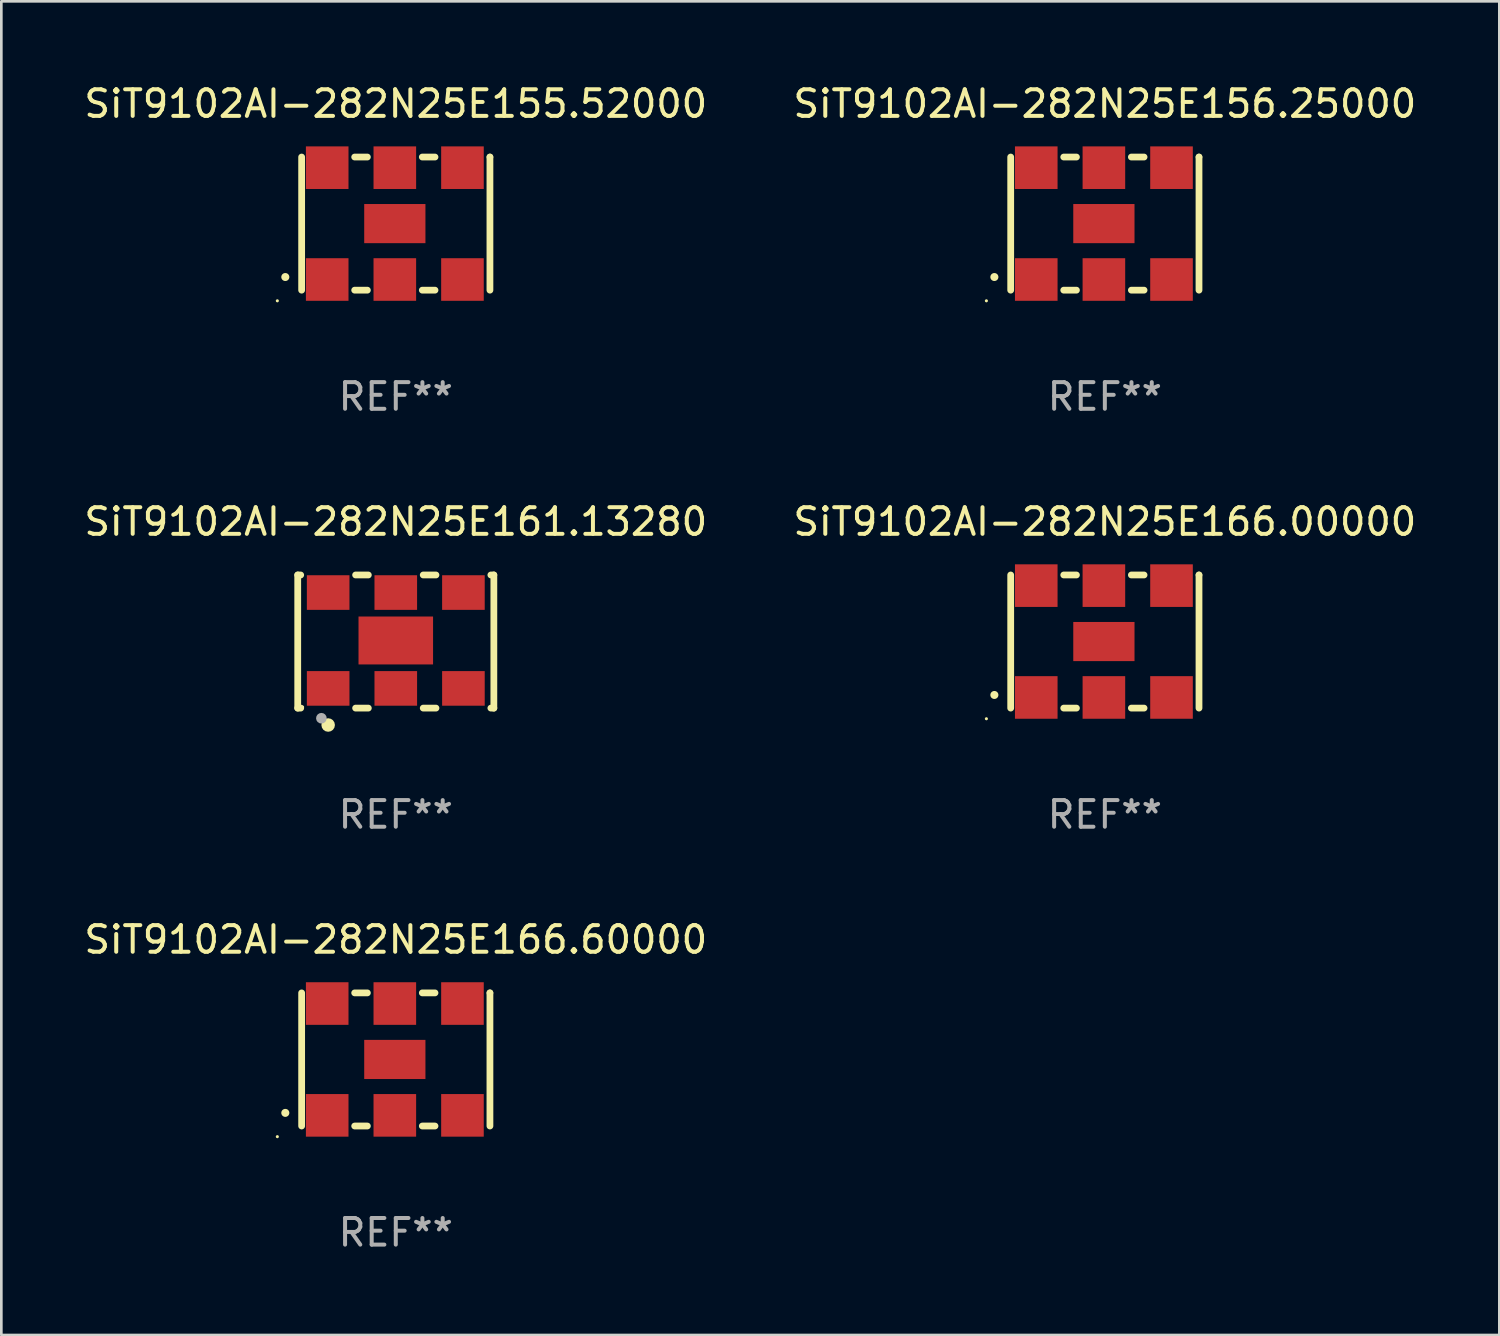
<source format=kicad_pcb>
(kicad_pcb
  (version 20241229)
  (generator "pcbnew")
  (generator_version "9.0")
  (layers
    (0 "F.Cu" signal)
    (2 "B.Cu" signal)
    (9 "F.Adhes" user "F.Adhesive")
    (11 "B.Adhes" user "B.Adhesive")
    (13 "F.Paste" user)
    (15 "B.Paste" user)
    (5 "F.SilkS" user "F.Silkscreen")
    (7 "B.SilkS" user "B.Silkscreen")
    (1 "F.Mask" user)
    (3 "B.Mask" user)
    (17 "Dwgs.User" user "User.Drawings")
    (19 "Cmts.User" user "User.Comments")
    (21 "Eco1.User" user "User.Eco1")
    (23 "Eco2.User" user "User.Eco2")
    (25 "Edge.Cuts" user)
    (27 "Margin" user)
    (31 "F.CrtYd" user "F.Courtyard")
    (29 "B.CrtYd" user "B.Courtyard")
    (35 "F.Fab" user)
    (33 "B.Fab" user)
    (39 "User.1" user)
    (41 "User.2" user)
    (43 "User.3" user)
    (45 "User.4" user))
  (footprint "SiT9102AI-282N25E166.00000"
    (layer "F.Cu")
    (at 38.446 21.045)
    (property "Reference" "SiT9102AI-282N25E166.00000" (at 0 -4.5 0) (layer "F.SilkS") (effects (font (size 1 1) (thickness 0.15))))
    (attr through_hole)
    (fp_line (start -3.536 -2.5) (end -3.536 2.5) (stroke (width 0.254) (type solid)) (layer "F.SilkS"))
    (fp_line (start -1.544 2.5) (end -1.067 2.5) (stroke (width 0.254) (type solid)) (layer "F.SilkS"))
    (fp_line (start -1.067 -2.5) (end -1.544 -2.5) (stroke (width 0.254) (type solid)) (layer "F.SilkS"))
    (fp_line (start 0.996 2.5) (end 1.473 2.5) (stroke (width 0.254) (type solid)) (layer "F.SilkS"))
    (fp_line (start 1.473 -2.5) (end 0.996 -2.5) (stroke (width 0.254) (type solid)) (layer "F.SilkS"))
    (fp_line (start 3.536 -2.5) (end 3.536 -2.5) (stroke (width 0.254) (type solid)) (layer "F.SilkS"))
    (fp_line (start 3.536 2.5) (end 3.536 -2.5) (stroke (width 0.254) (type solid)) (layer "F.SilkS"))
    (fp_arc (start -4.150432 2.006604) (mid -4.149162 2.006599) (end -4.147892 2.006604) (stroke (width 0.3) (type solid)) (layer "F.SilkS"))
    (fp_circle (center -4.449 2.9) (end -4.419 2.9) (stroke (width 0.06) (type solid)) (fill no) (layer "F.SilkS"))
    (fp_text user "REF**" (at 0 6.5 0) (layer "F.Fab") (effects (font (size 1 1) (thickness 0.15))))
    (pad "1" smd rect (at -2.576 2.1) (size 1.6 1.6) (layers "F.Cu" "F.Mask" "F.Paste"))
    (pad "2" smd rect (at -0.036 2.1) (size 1.6 1.6) (layers "F.Cu" "F.Mask" "F.Paste"))
    (pad "3" smd rect (at 2.504 2.1) (size 1.6 1.6) (layers "F.Cu" "F.Mask" "F.Paste"))
    (pad "4" smd rect (at 2.504 -2.1) (size 1.6 1.6) (layers "F.Cu" "F.Mask" "F.Paste"))
    (pad "5" smd rect (at -0.036 -2.1) (size 1.6 1.6) (layers "F.Cu" "F.Mask" "F.Paste"))
    (pad "6" smd rect (at -2.576 -2.1) (size 1.6 1.6) (layers "F.Cu" "F.Mask" "F.Paste"))
    (pad "7" smd rect (at -0.036 0) (size 2.3 1.47) (layers "F.Cu" "F.Mask" "F.Paste")))
  (footprint "SiT9102AI-282N25E155.52000"
    (layer "F.Cu")
    (at 11.815 5.348)
    (property "Reference" "SiT9102AI-282N25E155.52000" (at 0 -4.5 0) (layer "F.SilkS") (effects (font (size 1 1) (thickness 0.15))))
    (attr through_hole)
    (fp_line (start -3.536 -2.5) (end -3.536 2.5) (stroke (width 0.254) (type solid)) (layer "F.SilkS"))
    (fp_line (start -1.544 2.5) (end -1.067 2.5) (stroke (width 0.254) (type solid)) (layer "F.SilkS"))
    (fp_line (start -1.067 -2.5) (end -1.544 -2.5) (stroke (width 0.254) (type solid)) (layer "F.SilkS"))
    (fp_line (start 0.996 2.5) (end 1.473 2.5) (stroke (width 0.254) (type solid)) (layer "F.SilkS"))
    (fp_line (start 1.473 -2.5) (end 0.996 -2.5) (stroke (width 0.254) (type solid)) (layer "F.SilkS"))
    (fp_line (start 3.536 -2.5) (end 3.536 -2.5) (stroke (width 0.254) (type solid)) (layer "F.SilkS"))
    (fp_line (start 3.536 2.5) (end 3.536 -2.5) (stroke (width 0.254) (type solid)) (layer "F.SilkS"))
    (fp_arc (start -4.150432 2.006604) (mid -4.149162 2.006599) (end -4.147892 2.006604) (stroke (width 0.3) (type solid)) (layer "F.SilkS"))
    (fp_circle (center -4.449 2.9) (end -4.419 2.9) (stroke (width 0.06) (type solid)) (fill no) (layer "F.SilkS"))
    (fp_text user "REF**" (at 0 6.5 0) (layer "F.Fab") (effects (font (size 1 1) (thickness 0.15))))
    (pad "1" smd rect (at -2.576 2.1) (size 1.6 1.6) (layers "F.Cu" "F.Mask" "F.Paste"))
    (pad "2" smd rect (at -0.036 2.1) (size 1.6 1.6) (layers "F.Cu" "F.Mask" "F.Paste"))
    (pad "3" smd rect (at 2.504 2.1) (size 1.6 1.6) (layers "F.Cu" "F.Mask" "F.Paste"))
    (pad "4" smd rect (at 2.504 -2.1) (size 1.6 1.6) (layers "F.Cu" "F.Mask" "F.Paste"))
    (pad "5" smd rect (at -0.036 -2.1) (size 1.6 1.6) (layers "F.Cu" "F.Mask" "F.Paste"))
    (pad "6" smd rect (at -2.576 -2.1) (size 1.6 1.6) (layers "F.Cu" "F.Mask" "F.Paste"))
    (pad "7" smd rect (at -0.036 0) (size 2.3 1.47) (layers "F.Cu" "F.Mask" "F.Paste")))
  (footprint "SiT9102AI-282N25E166.60000"
    (layer "F.Cu")
    (at 11.815 36.741)
    (property "Reference" "SiT9102AI-282N25E166.60000" (at 0 -4.5 0) (layer "F.SilkS") (effects (font (size 1 1) (thickness 0.15))))
    (attr through_hole)
    (fp_line (start -3.536 -2.5) (end -3.536 2.5) (stroke (width 0.254) (type solid)) (layer "F.SilkS"))
    (fp_line (start -1.544 2.5) (end -1.067 2.5) (stroke (width 0.254) (type solid)) (layer "F.SilkS"))
    (fp_line (start -1.067 -2.5) (end -1.544 -2.5) (stroke (width 0.254) (type solid)) (layer "F.SilkS"))
    (fp_line (start 0.996 2.5) (end 1.473 2.5) (stroke (width 0.254) (type solid)) (layer "F.SilkS"))
    (fp_line (start 1.473 -2.5) (end 0.996 -2.5) (stroke (width 0.254) (type solid)) (layer "F.SilkS"))
    (fp_line (start 3.536 -2.5) (end 3.536 -2.5) (stroke (width 0.254) (type solid)) (layer "F.SilkS"))
    (fp_line (start 3.536 2.5) (end 3.536 -2.5) (stroke (width 0.254) (type solid)) (layer "F.SilkS"))
    (fp_arc (start -4.150432 2.006604) (mid -4.149162 2.006599) (end -4.147892 2.006604) (stroke (width 0.3) (type solid)) (layer "F.SilkS"))
    (fp_circle (center -4.449 2.9) (end -4.419 2.9) (stroke (width 0.06) (type solid)) (fill no) (layer "F.SilkS"))
    (fp_text user "REF**" (at 0 6.5 0) (layer "F.Fab") (effects (font (size 1 1) (thickness 0.15))))
    (pad "1" smd rect (at -2.576 2.1) (size 1.6 1.6) (layers "F.Cu" "F.Mask" "F.Paste"))
    (pad "2" smd rect (at -0.036 2.1) (size 1.6 1.6) (layers "F.Cu" "F.Mask" "F.Paste"))
    (pad "3" smd rect (at 2.504 2.1) (size 1.6 1.6) (layers "F.Cu" "F.Mask" "F.Paste"))
    (pad "4" smd rect (at 2.504 -2.1) (size 1.6 1.6) (layers "F.Cu" "F.Mask" "F.Paste"))
    (pad "5" smd rect (at -0.036 -2.1) (size 1.6 1.6) (layers "F.Cu" "F.Mask" "F.Paste"))
    (pad "6" smd rect (at -2.576 -2.1) (size 1.6 1.6) (layers "F.Cu" "F.Mask" "F.Paste"))
    (pad "7" smd rect (at -0.036 0) (size 2.3 1.47) (layers "F.Cu" "F.Mask" "F.Paste")))
  (footprint "SiT9102AI-282N25E161.13280"
    (layer "F.Cu")
    (at 11.815 21.045)
    (property "Reference" "SiT9102AI-282N25E161.13280" (at 0 -4.5 0) (layer "F.SilkS") (effects (font (size 1 1) (thickness 0.15))))
    (attr through_hole)
    (fp_line (start -3.683 -2.5) (end -3.571 -2.5) (stroke (width 0.254) (type solid)) (layer "F.SilkS"))
    (fp_line (start -3.683 2.5) (end -3.683 -2.5) (stroke (width 0.254) (type solid)) (layer "F.SilkS"))
    (fp_line (start -3.683 2.5) (end -3.571 2.5) (stroke (width 0.254) (type solid)) (layer "F.SilkS"))
    (fp_line (start -1.509 -2.5) (end -1.031 -2.5) (stroke (width 0.254) (type solid)) (layer "F.SilkS"))
    (fp_line (start -1.509 2.5) (end -1.031 2.5) (stroke (width 0.254) (type solid)) (layer "F.SilkS"))
    (fp_line (start 1.031 -2.5) (end 1.509 -2.5) (stroke (width 0.254) (type solid)) (layer "F.SilkS"))
    (fp_line (start 1.031 2.5) (end 1.509 2.5) (stroke (width 0.254) (type solid)) (layer "F.SilkS"))
    (fp_line (start 3.571 -2.5) (end 3.683 -2.5) (stroke (width 0.254) (type solid)) (layer "F.SilkS"))
    (fp_line (start 3.571 2.5) (end 3.683 2.5) (stroke (width 0.254) (type solid)) (layer "F.SilkS"))
    (fp_line (start 3.683 2.5) (end 3.683 -2.5) (stroke (width 0.254) (type solid)) (layer "F.SilkS"))
    (fp_circle (center -3.5 2.46) (end -3.47 2.46) (stroke (width 0.06) (type solid)) (fill no) (layer "F.SilkS"))
    (fp_circle (center -2.54 3.135) (end -2.413 3.135) (stroke (width 0.254) (type solid)) (fill no) (layer "F.SilkS"))
    (fp_circle (center -2.794 2.881) (end -2.694 2.881) (stroke (width 0.2) (type solid)) (fill no) (layer "F.Fab"))
    (fp_text user "REF**" (at 0 6.5 0) (layer "F.Fab") (effects (font (size 1 1) (thickness 0.15))))
    (pad "1" smd rect (at -2.54 1.76) (size 1.6 1.3) (layers "F.Cu" "F.Mask" "F.Paste"))
    (pad "2" smd rect (at 0 1.76) (size 1.6 1.3) (layers "F.Cu" "F.Mask" "F.Paste"))
    (pad "3" smd rect (at 2.54 1.76) (size 1.6 1.3) (layers "F.Cu" "F.Mask" "F.Paste"))
    (pad "4" smd rect (at 2.54 -1.84) (size 1.6 1.3) (layers "F.Cu" "F.Mask" "F.Paste"))
    (pad "5" smd rect (at 0 -1.84) (size 1.6 1.3) (layers "F.Cu" "F.Mask" "F.Paste"))
    (pad "6" smd rect (at -2.54 -1.84) (size 1.6 1.3) (layers "F.Cu" "F.Mask" "F.Paste"))
    (pad "7" smd rect (at 0 -0.04) (size 2.8 1.8) (layers "F.Cu" "F.Mask" "F.Paste")))
  (footprint "SiT9102AI-282N25E156.25000"
    (layer "F.Cu")
    (at 38.446 5.348)
    (property "Reference" "SiT9102AI-282N25E156.25000" (at 0 -4.5 0) (layer "F.SilkS") (effects (font (size 1 1) (thickness 0.15))))
    (attr through_hole)
    (fp_line (start -3.536 -2.5) (end -3.536 2.5) (stroke (width 0.254) (type solid)) (layer "F.SilkS"))
    (fp_line (start -1.544 2.5) (end -1.067 2.5) (stroke (width 0.254) (type solid)) (layer "F.SilkS"))
    (fp_line (start -1.067 -2.5) (end -1.544 -2.5) (stroke (width 0.254) (type solid)) (layer "F.SilkS"))
    (fp_line (start 0.996 2.5) (end 1.473 2.5) (stroke (width 0.254) (type solid)) (layer "F.SilkS"))
    (fp_line (start 1.473 -2.5) (end 0.996 -2.5) (stroke (width 0.254) (type solid)) (layer "F.SilkS"))
    (fp_line (start 3.536 -2.5) (end 3.536 -2.5) (stroke (width 0.254) (type solid)) (layer "F.SilkS"))
    (fp_line (start 3.536 2.5) (end 3.536 -2.5) (stroke (width 0.254) (type solid)) (layer "F.SilkS"))
    (fp_arc (start -4.150432 2.006604) (mid -4.149162 2.006599) (end -4.147892 2.006604) (stroke (width 0.3) (type solid)) (layer "F.SilkS"))
    (fp_circle (center -4.449 2.9) (end -4.419 2.9) (stroke (width 0.06) (type solid)) (fill no) (layer "F.SilkS"))
    (fp_text user "REF**" (at 0 6.5 0) (layer "F.Fab") (effects (font (size 1 1) (thickness 0.15))))
    (pad "1" smd rect (at -2.576 2.1) (size 1.6 1.6) (layers "F.Cu" "F.Mask" "F.Paste"))
    (pad "2" smd rect (at -0.036 2.1) (size 1.6 1.6) (layers "F.Cu" "F.Mask" "F.Paste"))
    (pad "3" smd rect (at 2.504 2.1) (size 1.6 1.6) (layers "F.Cu" "F.Mask" "F.Paste"))
    (pad "4" smd rect (at 2.504 -2.1) (size 1.6 1.6) (layers "F.Cu" "F.Mask" "F.Paste"))
    (pad "5" smd rect (at -0.036 -2.1) (size 1.6 1.6) (layers "F.Cu" "F.Mask" "F.Paste"))
    (pad "6" smd rect (at -2.576 -2.1) (size 1.6 1.6) (layers "F.Cu" "F.Mask" "F.Paste"))
    (pad "7" smd rect (at -0.036 0) (size 2.3 1.47) (layers "F.Cu" "F.Mask" "F.Paste")))
  (gr_rect
    (start -3 -3)
    (end 53.262 47.09)
    (stroke (width 0.1) (type default))
    (fill no)
    (layer "Edge.Cuts")))
</source>
